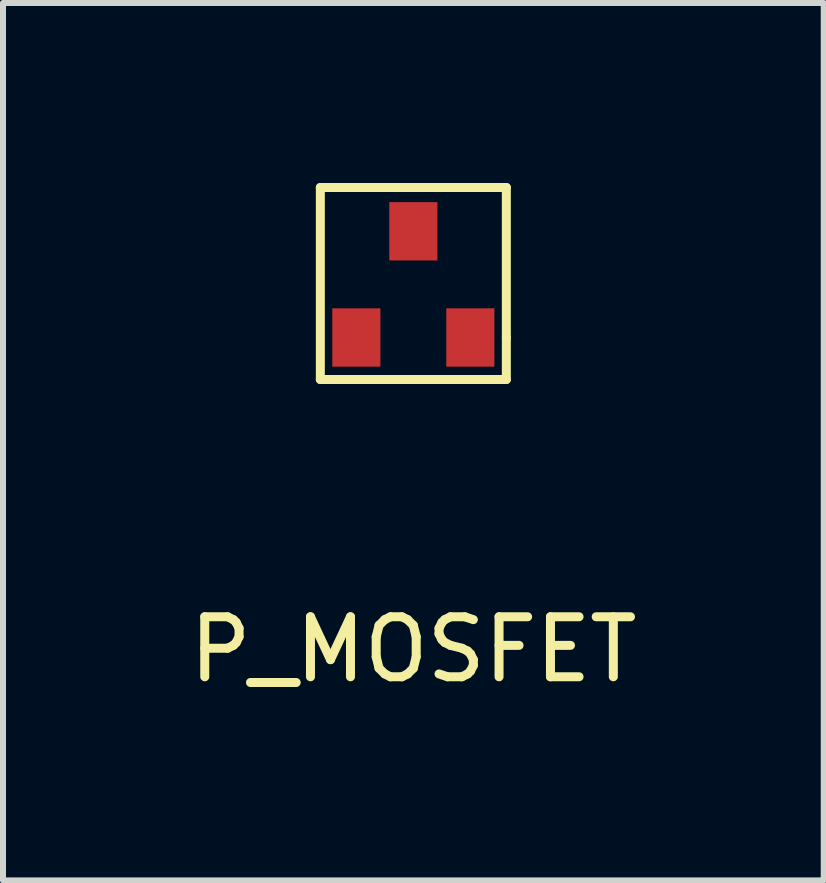
<source format=kicad_pcb>
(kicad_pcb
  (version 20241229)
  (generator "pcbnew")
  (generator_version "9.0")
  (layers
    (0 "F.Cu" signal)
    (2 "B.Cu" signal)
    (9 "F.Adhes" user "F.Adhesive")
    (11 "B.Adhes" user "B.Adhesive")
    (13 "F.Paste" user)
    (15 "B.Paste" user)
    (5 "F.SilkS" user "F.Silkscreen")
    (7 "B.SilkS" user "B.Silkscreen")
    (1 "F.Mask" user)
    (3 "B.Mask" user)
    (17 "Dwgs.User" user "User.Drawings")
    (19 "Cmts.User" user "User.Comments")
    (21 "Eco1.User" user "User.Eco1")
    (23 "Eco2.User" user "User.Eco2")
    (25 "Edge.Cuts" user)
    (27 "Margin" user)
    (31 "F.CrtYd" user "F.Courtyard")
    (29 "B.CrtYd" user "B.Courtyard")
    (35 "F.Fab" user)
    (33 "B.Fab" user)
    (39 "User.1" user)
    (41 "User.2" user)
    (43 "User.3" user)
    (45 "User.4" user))
  (footprint "P_MOSFET"
    (layer "F.Cu")
    (at 3.839 2.575)
    (property "Reference" "P_MOSFET" (at 0 5.2 0) (layer "F.SilkS") (effects (font (size 1 1) (thickness 0.15))))
    (attr through_hole)
    (fp_line (start -1.55 -2.5) (end -1.55 0.7) (stroke (width 0.15) (type solid)) (layer "F.SilkS"))
    (fp_line (start -1.55 0.7) (end 1.55 0.7) (stroke (width 0.15) (type solid)) (layer "F.SilkS"))
    (fp_line (start 1.55 -2.5) (end -1.55 -2.5) (stroke (width 0.15) (type solid)) (layer "F.SilkS"))
    (fp_line (start 1.55 0) (end 1.55 -2.5) (stroke (width 0.15) (type solid)) (layer "F.SilkS"))
    (fp_line (start 1.55 0.7) (end 1.55 0) (stroke (width 0.15) (type solid)) (layer "F.SilkS"))
    (pad "1" smd rect (at -0.95 0) (size 0.802 0.972) (layers "F.Cu" "F.Mask" "F.Paste"))
    (pad "2" smd rect (at 0.95 0) (size 0.802 0.972) (layers "F.Cu" "F.Mask" "F.Paste"))
    (pad "3" smd rect (at 0 -1.77) (size 0.802 0.972) (layers "F.Cu" "F.Mask" "F.Paste")))
  (gr_rect
    (start -3 -3)
    (end 10.679 11.623)
    (stroke (width 0.1) (type default))
    (fill no)
    (layer "Edge.Cuts")))
</source>
